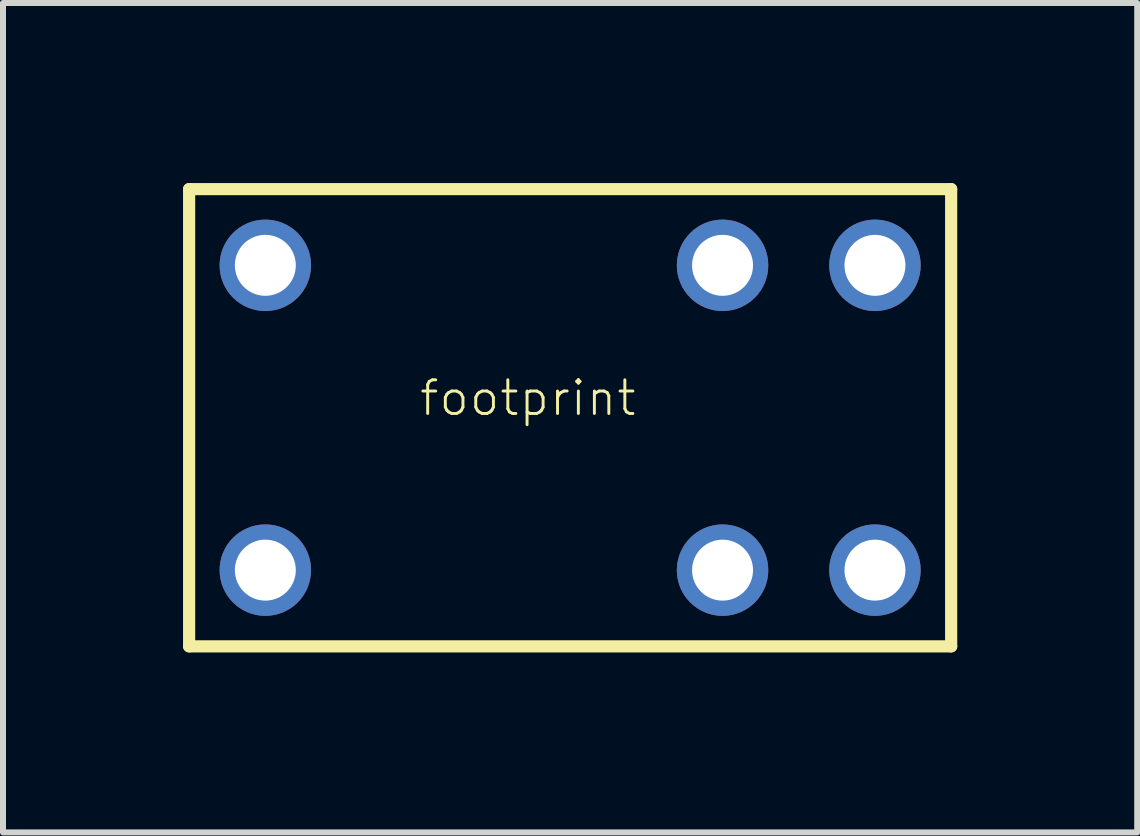
<source format=kicad_pcb>
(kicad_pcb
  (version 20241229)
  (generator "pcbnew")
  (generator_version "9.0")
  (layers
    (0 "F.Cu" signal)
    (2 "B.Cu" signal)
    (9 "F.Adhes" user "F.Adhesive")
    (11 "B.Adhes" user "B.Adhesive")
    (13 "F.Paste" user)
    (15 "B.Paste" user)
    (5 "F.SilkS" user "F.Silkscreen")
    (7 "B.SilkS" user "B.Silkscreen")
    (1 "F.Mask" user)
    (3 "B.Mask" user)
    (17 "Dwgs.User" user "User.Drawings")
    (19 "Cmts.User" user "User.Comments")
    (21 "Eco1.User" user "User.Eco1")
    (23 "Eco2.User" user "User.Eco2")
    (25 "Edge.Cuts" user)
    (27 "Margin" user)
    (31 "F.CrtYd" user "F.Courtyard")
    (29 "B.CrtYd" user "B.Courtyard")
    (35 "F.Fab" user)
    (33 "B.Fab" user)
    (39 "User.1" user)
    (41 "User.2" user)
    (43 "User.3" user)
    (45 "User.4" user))
  (footprint "footprint"
    (layer "F.Cu")
    (at 6.452 3.912)
    (property "Reference" "footprint" (at -2.54 0 0) (layer "F.SilkS") (effects (font (size 0.561 0.561) (thickness 0.049)) (justify left bottom)))
    (fp_line (start -6.35 -3.81) (end 6.35 -3.81) (stroke (width 0.203) (type solid)) (layer "F.SilkS"))
    (fp_line (start -6.35 3.81) (end -6.35 -3.81) (stroke (width 0.203) (type solid)) (layer "F.SilkS"))
    (fp_line (start 6.35 -3.81) (end 6.35 3.81) (stroke (width 0.203) (type solid)) (layer "F.SilkS"))
    (fp_line (start 6.35 3.81) (end -6.35 3.81) (stroke (width 0.203) (type solid)) (layer "F.SilkS"))
    (pad "1" thru_hole circle (at 5.08 -2.54) (size 1.524 1.524) (drill 1.016) (layers "*.Cu" "*.Mask"))
    (pad "2" thru_hole circle (at 2.54 -2.54) (size 1.524 1.524) (drill 1.016) (layers "*.Cu" "*.Mask"))
    (pad "5" thru_hole circle (at -5.08 -2.54) (size 1.524 1.524) (drill 1.016) (layers "*.Cu" "*.Mask"))
    (pad "6" thru_hole circle (at -5.08 2.54) (size 1.524 1.524) (drill 1.016) (layers "*.Cu" "*.Mask"))
    (pad "9" thru_hole circle (at 2.54 2.54) (size 1.524 1.524) (drill 1.016) (layers "*.Cu" "*.Mask"))
    (pad "10" thru_hole circle (at 5.08 2.54) (size 1.524 1.524) (drill 1.016) (layers "*.Cu" "*.Mask")))
  (gr_rect
    (start -3 -3)
    (end 15.903 10.823)
    (stroke (width 0.1) (type default))
    (fill no)
    (layer "Edge.Cuts")))
</source>
